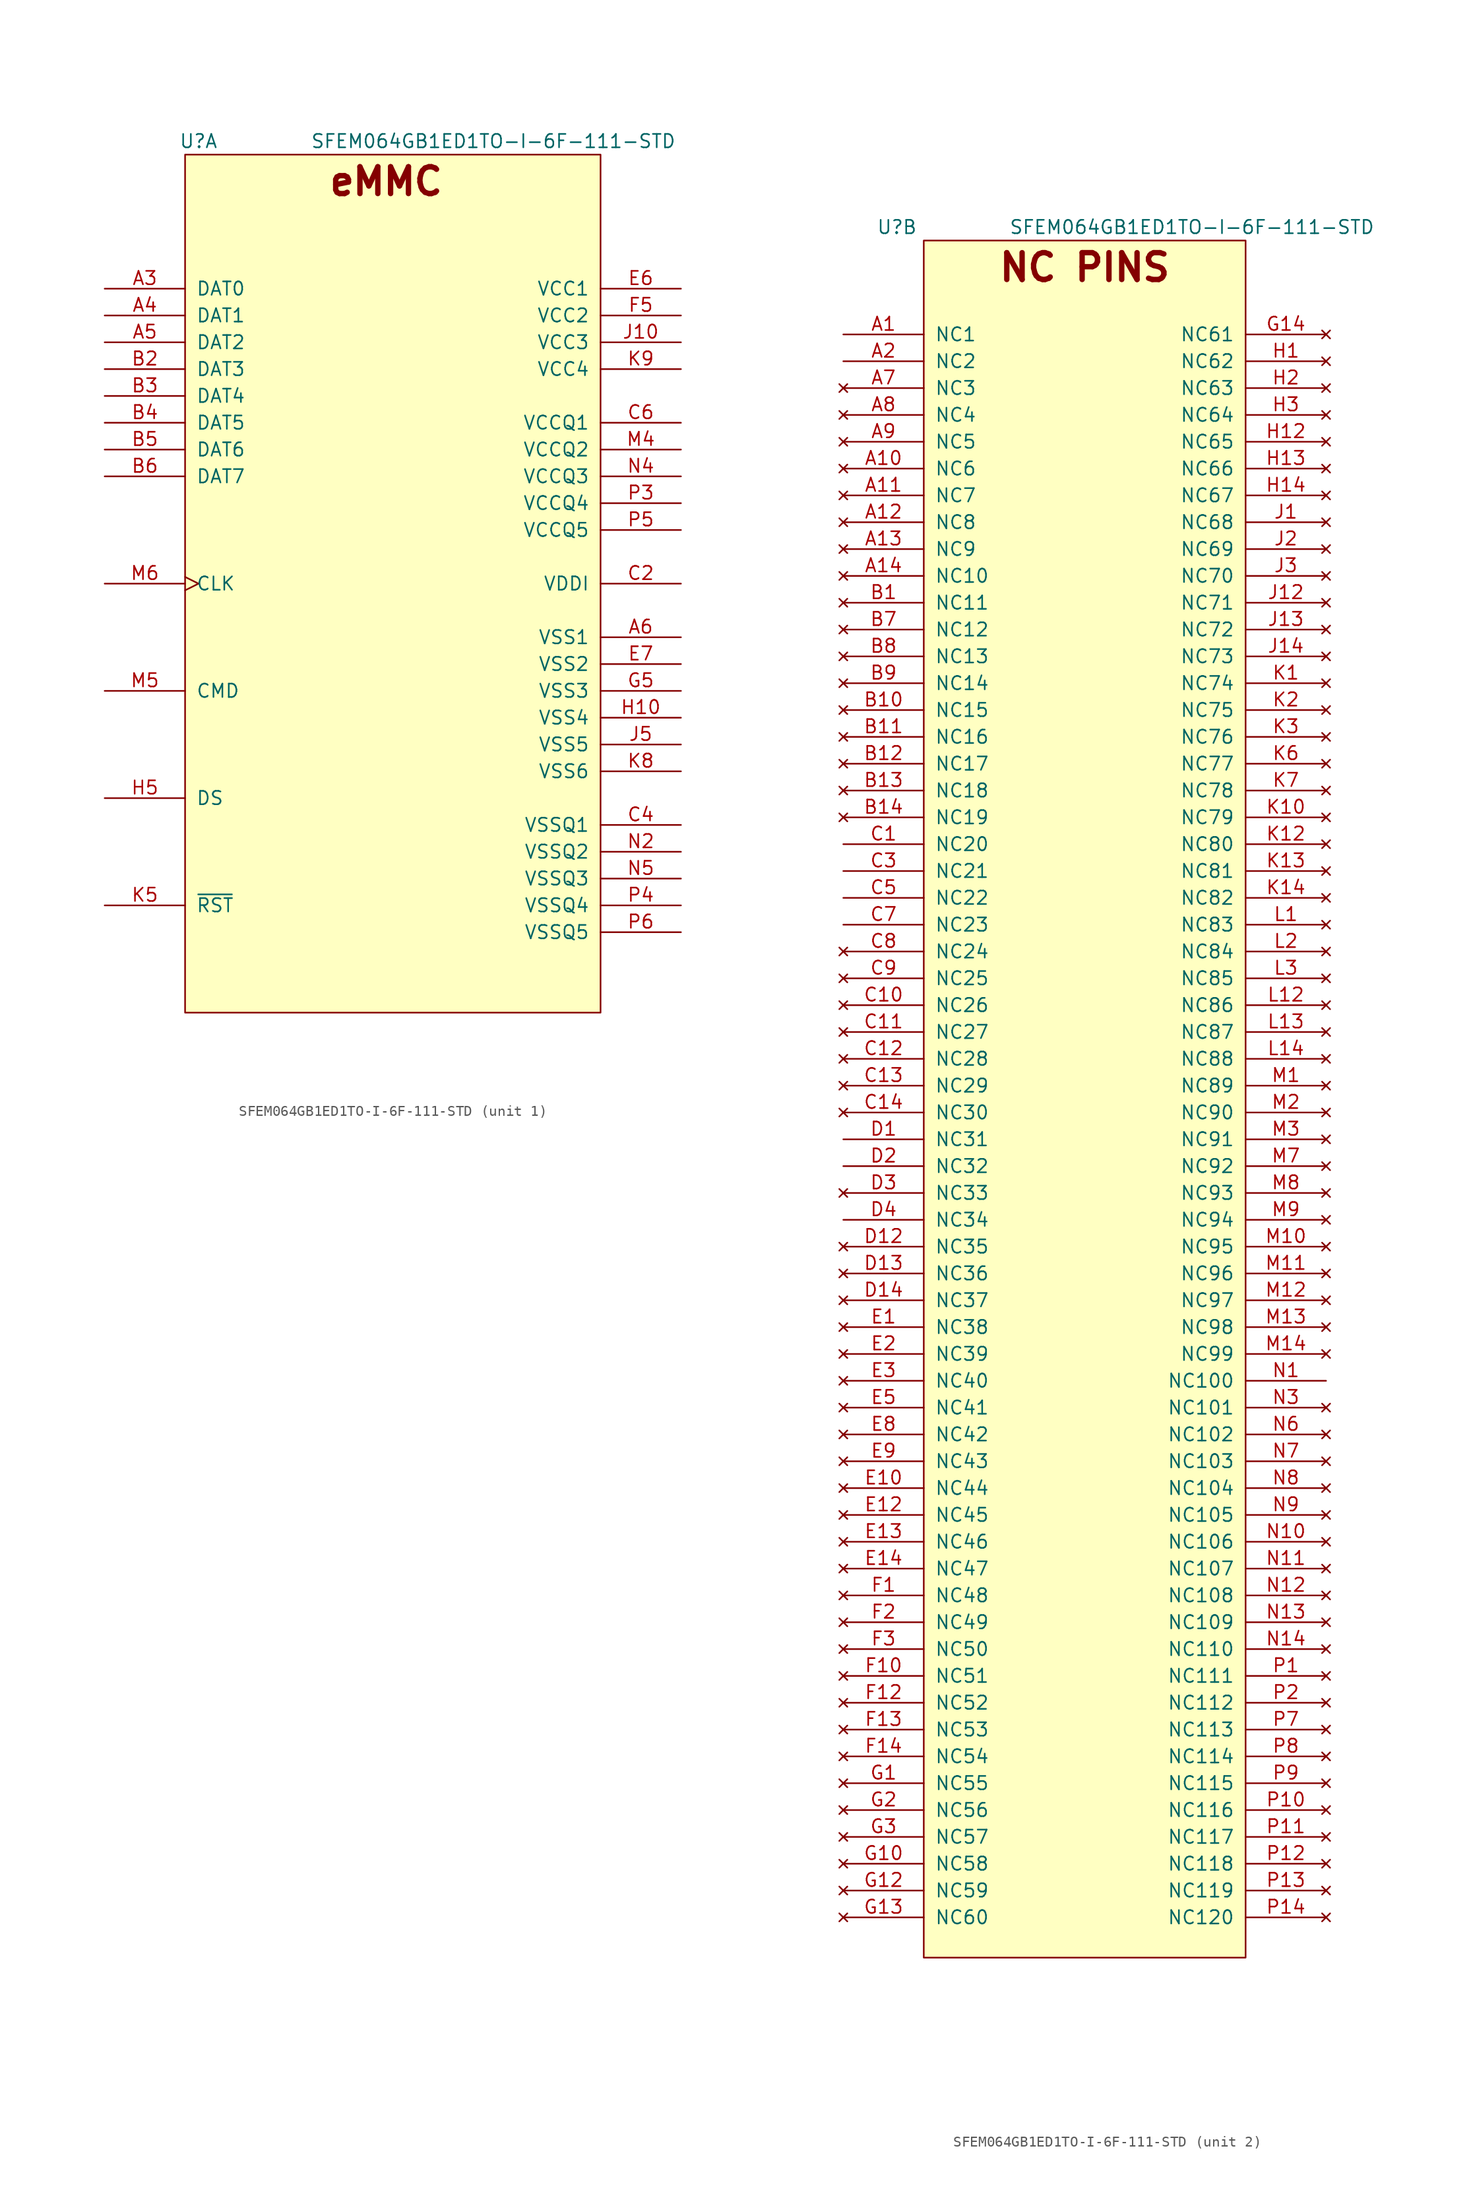
<source format=kicad_sym>
(kicad_symbol_lib
  (version 20211014)
  (generator kicad_symbol_editor)
  (symbol "SFEM064GB1ED1TO-I-6F-111-STD"
    (pin_names
      (offset 1.016))
    (property "Reference" "U"
      (at -17.78 1.27 0)
      (effects (font (size 1.27 1.27))))
    (property "Value" "SFEM064GB1ED1TO-I-6F-111-STD"
      (at 10.16 1.27 0)
      (effects (font (size 1.27 1.27))))
    (property "ki_locked" ""
      (at 0 0 0)
      (effects (font (size 1.27 1.27))))
    (symbol "SFEM064GB1ED1TO-I-6F-111-STD_1_0"
      (text "eMMC" (at 0 -2.54 0) (effects (font (size 2.54 2.54) bold))))
    (symbol "SFEM064GB1ED1TO-I-6F-111-STD_1_1"
      (rectangle (start -19.05 0) (end 20.32 -81.28) (stroke (width 0) (type default) (color 0 0 0 0)) (fill (type background)))
      (pin bidirectional line (at -26.67 -12.7 0) (length 7.62) (name "DAT0" (effects (font (size 1.27 1.27)))) (number "A3" (effects (font (size 1.27 1.27)))))
      (pin bidirectional line (at -26.67 -15.24 0) (length 7.62) (name "DAT1" (effects (font (size 1.27 1.27)))) (number "A4" (effects (font (size 1.27 1.27)))))
      (pin bidirectional line (at -26.67 -17.78 0) (length 7.62) (name "DAT2" (effects (font (size 1.27 1.27)))) (number "A5" (effects (font (size 1.27 1.27)))))
      (pin power_in line (at 27.94 -45.72 180) (length 7.62) (name "VSS1" (effects (font (size 1.27 1.27)))) (number "A6" (effects (font (size 1.27 1.27)))))
      (pin bidirectional line (at -26.67 -20.32 0) (length 7.62) (name "DAT3" (effects (font (size 1.27 1.27)))) (number "B2" (effects (font (size 1.27 1.27)))))
      (pin bidirectional line (at -26.67 -22.86 0) (length 7.62) (name "DAT4" (effects (font (size 1.27 1.27)))) (number "B3" (effects (font (size 1.27 1.27)))))
      (pin bidirectional line (at -26.67 -25.4 0) (length 7.62) (name "DAT5" (effects (font (size 1.27 1.27)))) (number "B4" (effects (font (size 1.27 1.27)))))
      (pin bidirectional line (at -26.67 -27.94 0) (length 7.62) (name "DAT6" (effects (font (size 1.27 1.27)))) (number "B5" (effects (font (size 1.27 1.27)))))
      (pin bidirectional line (at -26.67 -30.48 0) (length 7.62) (name "DAT7" (effects (font (size 1.27 1.27)))) (number "B6" (effects (font (size 1.27 1.27)))))
      (pin passive line (at 27.94 -40.64 180) (length 7.62) (name "VDDI" (effects (font (size 1.27 1.27)))) (number "C2" (effects (font (size 1.27 1.27)))))
      (pin power_in line (at 27.94 -63.5 180) (length 7.62) (name "VSSQ1" (effects (font (size 1.27 1.27)))) (number "C4" (effects (font (size 1.27 1.27)))))
      (pin power_in line (at 27.94 -25.4 180) (length 7.62) (name "VCCQ1" (effects (font (size 1.27 1.27)))) (number "C6" (effects (font (size 1.27 1.27)))))
      (pin power_in line (at 27.94 -12.7 180) (length 7.62) (name "VCC1" (effects (font (size 1.27 1.27)))) (number "E6" (effects (font (size 1.27 1.27)))))
      (pin power_in line (at 27.94 -48.26 180) (length 7.62) (name "VSS2" (effects (font (size 1.27 1.27)))) (number "E7" (effects (font (size 1.27 1.27)))))
      (pin power_in line (at 27.94 -15.24 180) (length 7.62) (name "VCC2" (effects (font (size 1.27 1.27)))) (number "F5" (effects (font (size 1.27 1.27)))))
      (pin power_in line (at 27.94 -50.8 180) (length 7.62) (name "VSS3" (effects (font (size 1.27 1.27)))) (number "G5" (effects (font (size 1.27 1.27)))))
      (pin power_in line (at 27.94 -53.34 180) (length 7.62) (name "VSS4" (effects (font (size 1.27 1.27)))) (number "H10" (effects (font (size 1.27 1.27)))))
      (pin input line (at -26.67 -60.96 0) (length 7.62) (name "DS" (effects (font (size 1.27 1.27)))) (number "H5" (effects (font (size 1.27 1.27)))))
      (pin power_in line (at 27.94 -17.78 180) (length 7.62) (name "VCC3" (effects (font (size 1.27 1.27)))) (number "J10" (effects (font (size 1.27 1.27)))))
      (pin power_in line (at 27.94 -55.88 180) (length 7.62) (name "VSS5" (effects (font (size 1.27 1.27)))) (number "J5" (effects (font (size 1.27 1.27)))))
      (pin input line (at -26.67 -71.12 0) (length 7.62) (name "~{RST}" (effects (font (size 1.27 1.27)))) (number "K5" (effects (font (size 1.27 1.27)))))
      (pin power_in line (at 27.94 -58.42 180) (length 7.62) (name "VSS6" (effects (font (size 1.27 1.27)))) (number "K8" (effects (font (size 1.27 1.27)))))
      (pin power_in line (at 27.94 -20.32 180) (length 7.62) (name "VCC4" (effects (font (size 1.27 1.27)))) (number "K9" (effects (font (size 1.27 1.27)))))
      (pin power_in line (at 27.94 -27.94 180) (length 7.62) (name "VCCQ2" (effects (font (size 1.27 1.27)))) (number "M4" (effects (font (size 1.27 1.27)))))
      (pin output line (at -26.67 -50.8 0) (length 7.62) (name "CMD" (effects (font (size 1.27 1.27)))) (number "M5" (effects (font (size 1.27 1.27)))))
      (pin input clock (at -26.67 -40.64 0) (length 7.62) (name "CLK" (effects (font (size 1.27 1.27)))) (number "M6" (effects (font (size 1.27 1.27)))))
      (pin power_in line (at 27.94 -66.04 180) (length 7.62) (name "VSSQ2" (effects (font (size 1.27 1.27)))) (number "N2" (effects (font (size 1.27 1.27)))))
      (pin power_in line (at 27.94 -30.48 180) (length 7.62) (name "VCCQ3" (effects (font (size 1.27 1.27)))) (number "N4" (effects (font (size 1.27 1.27)))))
      (pin power_in line (at 27.94 -68.58 180) (length 7.62) (name "VSSQ3" (effects (font (size 1.27 1.27)))) (number "N5" (effects (font (size 1.27 1.27)))))
      (pin power_in line (at 27.94 -33.02 180) (length 7.62) (name "VCCQ4" (effects (font (size 1.27 1.27)))) (number "P3" (effects (font (size 1.27 1.27)))))
      (pin power_in line (at 27.94 -71.12 180) (length 7.62) (name "VSSQ4" (effects (font (size 1.27 1.27)))) (number "P4" (effects (font (size 1.27 1.27)))))
      (pin power_in line (at 27.94 -35.56 180) (length 7.62) (name "VCCQ5" (effects (font (size 1.27 1.27)))) (number "P5" (effects (font (size 1.27 1.27)))))
      (pin power_in line (at 27.94 -73.66 180) (length 7.62) (name "VSSQ5" (effects (font (size 1.27 1.27)))) (number "P6" (effects (font (size 1.27 1.27))))))
    (symbol "SFEM064GB1ED1TO-I-6F-111-STD_2_0"
      (text "NC PINS" (at 0 -2.54 0) (effects (font (size 2.54 2.54) bold))))
    (symbol "SFEM064GB1ED1TO-I-6F-111-STD_2_1"
      (rectangle (start -15.24 0) (end 15.24 -162.56) (stroke (width 0) (type default) (color 0 0 0 0)) (fill (type background)))
      (pin passive line (at -22.86 -8.89 0) (length 7.62) (name "NC1" (effects (font (size 1.27 1.27)))) (number "A1" (effects (font (size 1.27 1.27)))))
      (pin no_connect line (at -22.86 -21.59 0) (length 7.62) (name "NC6" (effects (font (size 1.27 1.27)))) (number "A10" (effects (font (size 1.27 1.27)))))
      (pin no_connect line (at -22.86 -24.13 0) (length 7.62) (name "NC7" (effects (font (size 1.27 1.27)))) (number "A11" (effects (font (size 1.27 1.27)))))
      (pin no_connect line (at -22.86 -26.67 0) (length 7.62) (name "NC8" (effects (font (size 1.27 1.27)))) (number "A12" (effects (font (size 1.27 1.27)))))
      (pin no_connect line (at -22.86 -29.21 0) (length 7.62) (name "NC9" (effects (font (size 1.27 1.27)))) (number "A13" (effects (font (size 1.27 1.27)))))
      (pin no_connect line (at -22.86 -31.75 0) (length 7.62) (name "NC10" (effects (font (size 1.27 1.27)))) (number "A14" (effects (font (size 1.27 1.27)))))
      (pin passive line (at -22.86 -11.43 0) (length 7.62) (name "NC2" (effects (font (size 1.27 1.27)))) (number "A2" (effects (font (size 1.27 1.27)))))
      (pin no_connect line (at -22.86 -13.97 0) (length 7.62) (name "NC3" (effects (font (size 1.27 1.27)))) (number "A7" (effects (font (size 1.27 1.27)))))
      (pin no_connect line (at -22.86 -16.51 0) (length 7.62) (name "NC4" (effects (font (size 1.27 1.27)))) (number "A8" (effects (font (size 1.27 1.27)))))
      (pin no_connect line (at -22.86 -19.05 0) (length 7.62) (name "NC5" (effects (font (size 1.27 1.27)))) (number "A9" (effects (font (size 1.27 1.27)))))
      (pin no_connect line (at -22.86 -34.29 0) (length 7.62) (name "NC11" (effects (font (size 1.27 1.27)))) (number "B1" (effects (font (size 1.27 1.27)))))
      (pin no_connect line (at -22.86 -44.45 0) (length 7.62) (name "NC15" (effects (font (size 1.27 1.27)))) (number "B10" (effects (font (size 1.27 1.27)))))
      (pin no_connect line (at -22.86 -46.99 0) (length 7.62) (name "NC16" (effects (font (size 1.27 1.27)))) (number "B11" (effects (font (size 1.27 1.27)))))
      (pin no_connect line (at -22.86 -49.53 0) (length 7.62) (name "NC17" (effects (font (size 1.27 1.27)))) (number "B12" (effects (font (size 1.27 1.27)))))
      (pin no_connect line (at -22.86 -52.07 0) (length 7.62) (name "NC18" (effects (font (size 1.27 1.27)))) (number "B13" (effects (font (size 1.27 1.27)))))
      (pin no_connect line (at -22.86 -54.61 0) (length 7.62) (name "NC19" (effects (font (size 1.27 1.27)))) (number "B14" (effects (font (size 1.27 1.27)))))
      (pin no_connect line (at -22.86 -36.83 0) (length 7.62) (name "NC12" (effects (font (size 1.27 1.27)))) (number "B7" (effects (font (size 1.27 1.27)))))
      (pin no_connect line (at -22.86 -39.37 0) (length 7.62) (name "NC13" (effects (font (size 1.27 1.27)))) (number "B8" (effects (font (size 1.27 1.27)))))
      (pin no_connect line (at -22.86 -41.91 0) (length 7.62) (name "NC14" (effects (font (size 1.27 1.27)))) (number "B9" (effects (font (size 1.27 1.27)))))
      (pin passive line (at -22.86 -57.15 0) (length 7.62) (name "NC20" (effects (font (size 1.27 1.27)))) (number "C1" (effects (font (size 1.27 1.27)))))
      (pin no_connect line (at -22.86 -72.39 0) (length 7.62) (name "NC26" (effects (font (size 1.27 1.27)))) (number "C10" (effects (font (size 1.27 1.27)))))
      (pin no_connect line (at -22.86 -74.93 0) (length 7.62) (name "NC27" (effects (font (size 1.27 1.27)))) (number "C11" (effects (font (size 1.27 1.27)))))
      (pin no_connect line (at -22.86 -77.47 0) (length 7.62) (name "NC28" (effects (font (size 1.27 1.27)))) (number "C12" (effects (font (size 1.27 1.27)))))
      (pin no_connect line (at -22.86 -80.01 0) (length 7.62) (name "NC29" (effects (font (size 1.27 1.27)))) (number "C13" (effects (font (size 1.27 1.27)))))
      (pin no_connect line (at -22.86 -82.55 0) (length 7.62) (name "NC30" (effects (font (size 1.27 1.27)))) (number "C14" (effects (font (size 1.27 1.27)))))
      (pin passive line (at -22.86 -59.69 0) (length 7.62) (name "NC21" (effects (font (size 1.27 1.27)))) (number "C3" (effects (font (size 1.27 1.27)))))
      (pin passive line (at -22.86 -62.23 0) (length 7.62) (name "NC22" (effects (font (size 1.27 1.27)))) (number "C5" (effects (font (size 1.27 1.27)))))
      (pin passive line (at -22.86 -64.77 0) (length 7.62) (name "NC23" (effects (font (size 1.27 1.27)))) (number "C7" (effects (font (size 1.27 1.27)))))
      (pin no_connect line (at -22.86 -67.31 0) (length 7.62) (name "NC24" (effects (font (size 1.27 1.27)))) (number "C8" (effects (font (size 1.27 1.27)))))
      (pin no_connect line (at -22.86 -69.85 0) (length 7.62) (name "NC25" (effects (font (size 1.27 1.27)))) (number "C9" (effects (font (size 1.27 1.27)))))
      (pin passive line (at -22.86 -85.09 0) (length 7.62) (name "NC31" (effects (font (size 1.27 1.27)))) (number "D1" (effects (font (size 1.27 1.27)))))
      (pin no_connect line (at -22.86 -95.25 0) (length 7.62) (name "NC35" (effects (font (size 1.27 1.27)))) (number "D12" (effects (font (size 1.27 1.27)))))
      (pin no_connect line (at -22.86 -97.79 0) (length 7.62) (name "NC36" (effects (font (size 1.27 1.27)))) (number "D13" (effects (font (size 1.27 1.27)))))
      (pin no_connect line (at -22.86 -100.33 0) (length 7.62) (name "NC37" (effects (font (size 1.27 1.27)))) (number "D14" (effects (font (size 1.27 1.27)))))
      (pin passive line (at -22.86 -87.63 0) (length 7.62) (name "NC32" (effects (font (size 1.27 1.27)))) (number "D2" (effects (font (size 1.27 1.27)))))
      (pin no_connect line (at -22.86 -90.17 0) (length 7.62) (name "NC33" (effects (font (size 1.27 1.27)))) (number "D3" (effects (font (size 1.27 1.27)))))
      (pin passive line (at -22.86 -92.71 0) (length 7.62) (name "NC34" (effects (font (size 1.27 1.27)))) (number "D4" (effects (font (size 1.27 1.27)))))
      (pin no_connect line (at -22.86 -102.87 0) (length 7.62) (name "NC38" (effects (font (size 1.27 1.27)))) (number "E1" (effects (font (size 1.27 1.27)))))
      (pin no_connect line (at -22.86 -118.11 0) (length 7.62) (name "NC44" (effects (font (size 1.27 1.27)))) (number "E10" (effects (font (size 1.27 1.27)))))
      (pin no_connect line (at -22.86 -120.65 0) (length 7.62) (name "NC45" (effects (font (size 1.27 1.27)))) (number "E12" (effects (font (size 1.27 1.27)))))
      (pin no_connect line (at -22.86 -123.19 0) (length 7.62) (name "NC46" (effects (font (size 1.27 1.27)))) (number "E13" (effects (font (size 1.27 1.27)))))
      (pin no_connect line (at -22.86 -125.73 0) (length 7.62) (name "NC47" (effects (font (size 1.27 1.27)))) (number "E14" (effects (font (size 1.27 1.27)))))
      (pin no_connect line (at -22.86 -105.41 0) (length 7.62) (name "NC39" (effects (font (size 1.27 1.27)))) (number "E2" (effects (font (size 1.27 1.27)))))
      (pin no_connect line (at -22.86 -107.95 0) (length 7.62) (name "NC40" (effects (font (size 1.27 1.27)))) (number "E3" (effects (font (size 1.27 1.27)))))
      (pin no_connect line (at -22.86 -110.49 0) (length 7.62) (name "NC41" (effects (font (size 1.27 1.27)))) (number "E5" (effects (font (size 1.27 1.27)))))
      (pin no_connect line (at -22.86 -113.03 0) (length 7.62) (name "NC42" (effects (font (size 1.27 1.27)))) (number "E8" (effects (font (size 1.27 1.27)))))
      (pin no_connect line (at -22.86 -115.57 0) (length 7.62) (name "NC43" (effects (font (size 1.27 1.27)))) (number "E9" (effects (font (size 1.27 1.27)))))
      (pin no_connect line (at -22.86 -128.27 0) (length 7.62) (name "NC48" (effects (font (size 1.27 1.27)))) (number "F1" (effects (font (size 1.27 1.27)))))
      (pin no_connect line (at -22.86 -135.89 0) (length 7.62) (name "NC51" (effects (font (size 1.27 1.27)))) (number "F10" (effects (font (size 1.27 1.27)))))
      (pin no_connect line (at -22.86 -138.43 0) (length 7.62) (name "NC52" (effects (font (size 1.27 1.27)))) (number "F12" (effects (font (size 1.27 1.27)))))
      (pin no_connect line (at -22.86 -140.97 0) (length 7.62) (name "NC53" (effects (font (size 1.27 1.27)))) (number "F13" (effects (font (size 1.27 1.27)))))
      (pin no_connect line (at -22.86 -143.51 0) (length 7.62) (name "NC54" (effects (font (size 1.27 1.27)))) (number "F14" (effects (font (size 1.27 1.27)))))
      (pin no_connect line (at -22.86 -130.81 0) (length 7.62) (name "NC49" (effects (font (size 1.27 1.27)))) (number "F2" (effects (font (size 1.27 1.27)))))
      (pin no_connect line (at -22.86 -133.35 0) (length 7.62) (name "NC50" (effects (font (size 1.27 1.27)))) (number "F3" (effects (font (size 1.27 1.27)))))
      (pin no_connect line (at -22.86 -146.05 0) (length 7.62) (name "NC55" (effects (font (size 1.27 1.27)))) (number "G1" (effects (font (size 1.27 1.27)))))
      (pin no_connect line (at -22.86 -153.67 0) (length 7.62) (name "NC58" (effects (font (size 1.27 1.27)))) (number "G10" (effects (font (size 1.27 1.27)))))
      (pin no_connect line (at -22.86 -156.21 0) (length 7.62) (name "NC59" (effects (font (size 1.27 1.27)))) (number "G12" (effects (font (size 1.27 1.27)))))
      (pin no_connect line (at -22.86 -158.75 0) (length 7.62) (name "NC60" (effects (font (size 1.27 1.27)))) (number "G13" (effects (font (size 1.27 1.27)))))
      (pin no_connect line (at 22.86 -8.89 180) (length 7.62) (name "NC61" (effects (font (size 1.27 1.27)))) (number "G14" (effects (font (size 1.27 1.27)))))
      (pin no_connect line (at -22.86 -148.59 0) (length 7.62) (name "NC56" (effects (font (size 1.27 1.27)))) (number "G2" (effects (font (size 1.27 1.27)))))
      (pin no_connect line (at -22.86 -151.13 0) (length 7.62) (name "NC57" (effects (font (size 1.27 1.27)))) (number "G3" (effects (font (size 1.27 1.27)))))
      (pin no_connect line (at 22.86 -11.43 180) (length 7.62) (name "NC62" (effects (font (size 1.27 1.27)))) (number "H1" (effects (font (size 1.27 1.27)))))
      (pin no_connect line (at 22.86 -19.05 180) (length 7.62) (name "NC65" (effects (font (size 1.27 1.27)))) (number "H12" (effects (font (size 1.27 1.27)))))
      (pin no_connect line (at 22.86 -21.59 180) (length 7.62) (name "NC66" (effects (font (size 1.27 1.27)))) (number "H13" (effects (font (size 1.27 1.27)))))
      (pin no_connect line (at 22.86 -24.13 180) (length 7.62) (name "NC67" (effects (font (size 1.27 1.27)))) (number "H14" (effects (font (size 1.27 1.27)))))
      (pin no_connect line (at 22.86 -13.97 180) (length 7.62) (name "NC63" (effects (font (size 1.27 1.27)))) (number "H2" (effects (font (size 1.27 1.27)))))
      (pin no_connect line (at 22.86 -16.51 180) (length 7.62) (name "NC64" (effects (font (size 1.27 1.27)))) (number "H3" (effects (font (size 1.27 1.27)))))
      (pin no_connect line (at 22.86 -26.67 180) (length 7.62) (name "NC68" (effects (font (size 1.27 1.27)))) (number "J1" (effects (font (size 1.27 1.27)))))
      (pin no_connect line (at 22.86 -34.29 180) (length 7.62) (name "NC71" (effects (font (size 1.27 1.27)))) (number "J12" (effects (font (size 1.27 1.27)))))
      (pin no_connect line (at 22.86 -36.83 180) (length 7.62) (name "NC72" (effects (font (size 1.27 1.27)))) (number "J13" (effects (font (size 1.27 1.27)))))
      (pin no_connect line (at 22.86 -39.37 180) (length 7.62) (name "NC73" (effects (font (size 1.27 1.27)))) (number "J14" (effects (font (size 1.27 1.27)))))
      (pin no_connect line (at 22.86 -29.21 180) (length 7.62) (name "NC69" (effects (font (size 1.27 1.27)))) (number "J2" (effects (font (size 1.27 1.27)))))
      (pin no_connect line (at 22.86 -31.75 180) (length 7.62) (name "NC70" (effects (font (size 1.27 1.27)))) (number "J3" (effects (font (size 1.27 1.27)))))
      (pin no_connect line (at 22.86 -41.91 180) (length 7.62) (name "NC74" (effects (font (size 1.27 1.27)))) (number "K1" (effects (font (size 1.27 1.27)))))
      (pin no_connect line (at 22.86 -54.61 180) (length 7.62) (name "NC79" (effects (font (size 1.27 1.27)))) (number "K10" (effects (font (size 1.27 1.27)))))
      (pin no_connect line (at 22.86 -57.15 180) (length 7.62) (name "NC80" (effects (font (size 1.27 1.27)))) (number "K12" (effects (font (size 1.27 1.27)))))
      (pin no_connect line (at 22.86 -59.69 180) (length 7.62) (name "NC81" (effects (font (size 1.27 1.27)))) (number "K13" (effects (font (size 1.27 1.27)))))
      (pin no_connect line (at 22.86 -62.23 180) (length 7.62) (name "NC82" (effects (font (size 1.27 1.27)))) (number "K14" (effects (font (size 1.27 1.27)))))
      (pin no_connect line (at 22.86 -44.45 180) (length 7.62) (name "NC75" (effects (font (size 1.27 1.27)))) (number "K2" (effects (font (size 1.27 1.27)))))
      (pin no_connect line (at 22.86 -46.99 180) (length 7.62) (name "NC76" (effects (font (size 1.27 1.27)))) (number "K3" (effects (font (size 1.27 1.27)))))
      (pin no_connect line (at 22.86 -49.53 180) (length 7.62) (name "NC77" (effects (font (size 1.27 1.27)))) (number "K6" (effects (font (size 1.27 1.27)))))
      (pin no_connect line (at 22.86 -52.07 180) (length 7.62) (name "NC78" (effects (font (size 1.27 1.27)))) (number "K7" (effects (font (size 1.27 1.27)))))
      (pin no_connect line (at 22.86 -64.77 180) (length 7.62) (name "NC83" (effects (font (size 1.27 1.27)))) (number "L1" (effects (font (size 1.27 1.27)))))
      (pin no_connect line (at 22.86 -72.39 180) (length 7.62) (name "NC86" (effects (font (size 1.27 1.27)))) (number "L12" (effects (font (size 1.27 1.27)))))
      (pin no_connect line (at 22.86 -74.93 180) (length 7.62) (name "NC87" (effects (font (size 1.27 1.27)))) (number "L13" (effects (font (size 1.27 1.27)))))
      (pin no_connect line (at 22.86 -77.47 180) (length 7.62) (name "NC88" (effects (font (size 1.27 1.27)))) (number "L14" (effects (font (size 1.27 1.27)))))
      (pin no_connect line (at 22.86 -67.31 180) (length 7.62) (name "NC84" (effects (font (size 1.27 1.27)))) (number "L2" (effects (font (size 1.27 1.27)))))
      (pin no_connect line (at 22.86 -69.85 180) (length 7.62) (name "NC85" (effects (font (size 1.27 1.27)))) (number "L3" (effects (font (size 1.27 1.27)))))
      (pin no_connect line (at 22.86 -80.01 180) (length 7.62) (name "NC89" (effects (font (size 1.27 1.27)))) (number "M1" (effects (font (size 1.27 1.27)))))
      (pin no_connect line (at 22.86 -95.25 180) (length 7.62) (name "NC95" (effects (font (size 1.27 1.27)))) (number "M10" (effects (font (size 1.27 1.27)))))
      (pin no_connect line (at 22.86 -97.79 180) (length 7.62) (name "NC96" (effects (font (size 1.27 1.27)))) (number "M11" (effects (font (size 1.27 1.27)))))
      (pin no_connect line (at 22.86 -100.33 180) (length 7.62) (name "NC97" (effects (font (size 1.27 1.27)))) (number "M12" (effects (font (size 1.27 1.27)))))
      (pin no_connect line (at 22.86 -102.87 180) (length 7.62) (name "NC98" (effects (font (size 1.27 1.27)))) (number "M13" (effects (font (size 1.27 1.27)))))
      (pin no_connect line (at 22.86 -105.41 180) (length 7.62) (name "NC99" (effects (font (size 1.27 1.27)))) (number "M14" (effects (font (size 1.27 1.27)))))
      (pin no_connect line (at 22.86 -82.55 180) (length 7.62) (name "NC90" (effects (font (size 1.27 1.27)))) (number "M2" (effects (font (size 1.27 1.27)))))
      (pin no_connect line (at 22.86 -85.09 180) (length 7.62) (name "NC91" (effects (font (size 1.27 1.27)))) (number "M3" (effects (font (size 1.27 1.27)))))
      (pin no_connect line (at 22.86 -87.63 180) (length 7.62) (name "NC92" (effects (font (size 1.27 1.27)))) (number "M7" (effects (font (size 1.27 1.27)))))
      (pin no_connect line (at 22.86 -90.17 180) (length 7.62) (name "NC93" (effects (font (size 1.27 1.27)))) (number "M8" (effects (font (size 1.27 1.27)))))
      (pin no_connect line (at 22.86 -92.71 180) (length 7.62) (name "NC94" (effects (font (size 1.27 1.27)))) (number "M9" (effects (font (size 1.27 1.27)))))
      (pin passive line (at 22.86 -107.95 180) (length 7.62) (name "NC100" (effects (font (size 1.27 1.27)))) (number "N1" (effects (font (size 1.27 1.27)))))
      (pin no_connect line (at 22.86 -123.19 180) (length 7.62) (name "NC106" (effects (font (size 1.27 1.27)))) (number "N10" (effects (font (size 1.27 1.27)))))
      (pin no_connect line (at 22.86 -125.73 180) (length 7.62) (name "NC107" (effects (font (size 1.27 1.27)))) (number "N11" (effects (font (size 1.27 1.27)))))
      (pin no_connect line (at 22.86 -128.27 180) (length 7.62) (name "NC108" (effects (font (size 1.27 1.27)))) (number "N12" (effects (font (size 1.27 1.27)))))
      (pin no_connect line (at 22.86 -130.81 180) (length 7.62) (name "NC109" (effects (font (size 1.27 1.27)))) (number "N13" (effects (font (size 1.27 1.27)))))
      (pin no_connect line (at 22.86 -133.35 180) (length 7.62) (name "NC110" (effects (font (size 1.27 1.27)))) (number "N14" (effects (font (size 1.27 1.27)))))
      (pin no_connect line (at 22.86 -110.49 180) (length 7.62) (name "NC101" (effects (font (size 1.27 1.27)))) (number "N3" (effects (font (size 1.27 1.27)))))
      (pin no_connect line (at 22.86 -113.03 180) (length 7.62) (name "NC102" (effects (font (size 1.27 1.27)))) (number "N6" (effects (font (size 1.27 1.27)))))
      (pin no_connect line (at 22.86 -115.57 180) (length 7.62) (name "NC103" (effects (font (size 1.27 1.27)))) (number "N7" (effects (font (size 1.27 1.27)))))
      (pin no_connect line (at 22.86 -118.11 180) (length 7.62) (name "NC104" (effects (font (size 1.27 1.27)))) (number "N8" (effects (font (size 1.27 1.27)))))
      (pin no_connect line (at 22.86 -120.65 180) (length 7.62) (name "NC105" (effects (font (size 1.27 1.27)))) (number "N9" (effects (font (size 1.27 1.27)))))
      (pin no_connect line (at 22.86 -135.89 180) (length 7.62) (name "NC111" (effects (font (size 1.27 1.27)))) (number "P1" (effects (font (size 1.27 1.27)))))
      (pin no_connect line (at 22.86 -148.59 180) (length 7.62) (name "NC116" (effects (font (size 1.27 1.27)))) (number "P10" (effects (font (size 1.27 1.27)))))
      (pin no_connect line (at 22.86 -151.13 180) (length 7.62) (name "NC117" (effects (font (size 1.27 1.27)))) (number "P11" (effects (font (size 1.27 1.27)))))
      (pin no_connect line (at 22.86 -153.67 180) (length 7.62) (name "NC118" (effects (font (size 1.27 1.27)))) (number "P12" (effects (font (size 1.27 1.27)))))
      (pin no_connect line (at 22.86 -156.21 180) (length 7.62) (name "NC119" (effects (font (size 1.27 1.27)))) (number "P13" (effects (font (size 1.27 1.27)))))
      (pin no_connect line (at 22.86 -158.75 180) (length 7.62) (name "NC120" (effects (font (size 1.27 1.27)))) (number "P14" (effects (font (size 1.27 1.27)))))
      (pin no_connect line (at 22.86 -138.43 180) (length 7.62) (name "NC112" (effects (font (size 1.27 1.27)))) (number "P2" (effects (font (size 1.27 1.27)))))
      (pin no_connect line (at 22.86 -140.97 180) (length 7.62) (name "NC113" (effects (font (size 1.27 1.27)))) (number "P7" (effects (font (size 1.27 1.27)))))
      (pin no_connect line (at 22.86 -143.51 180) (length 7.62) (name "NC114" (effects (font (size 1.27 1.27)))) (number "P8" (effects (font (size 1.27 1.27)))))
      (pin no_connect line (at 22.86 -146.05 180) (length 7.62) (name "NC115" (effects (font (size 1.27 1.27)))) (number "P9" (effects (font (size 1.27 1.27))))))))
</source>
